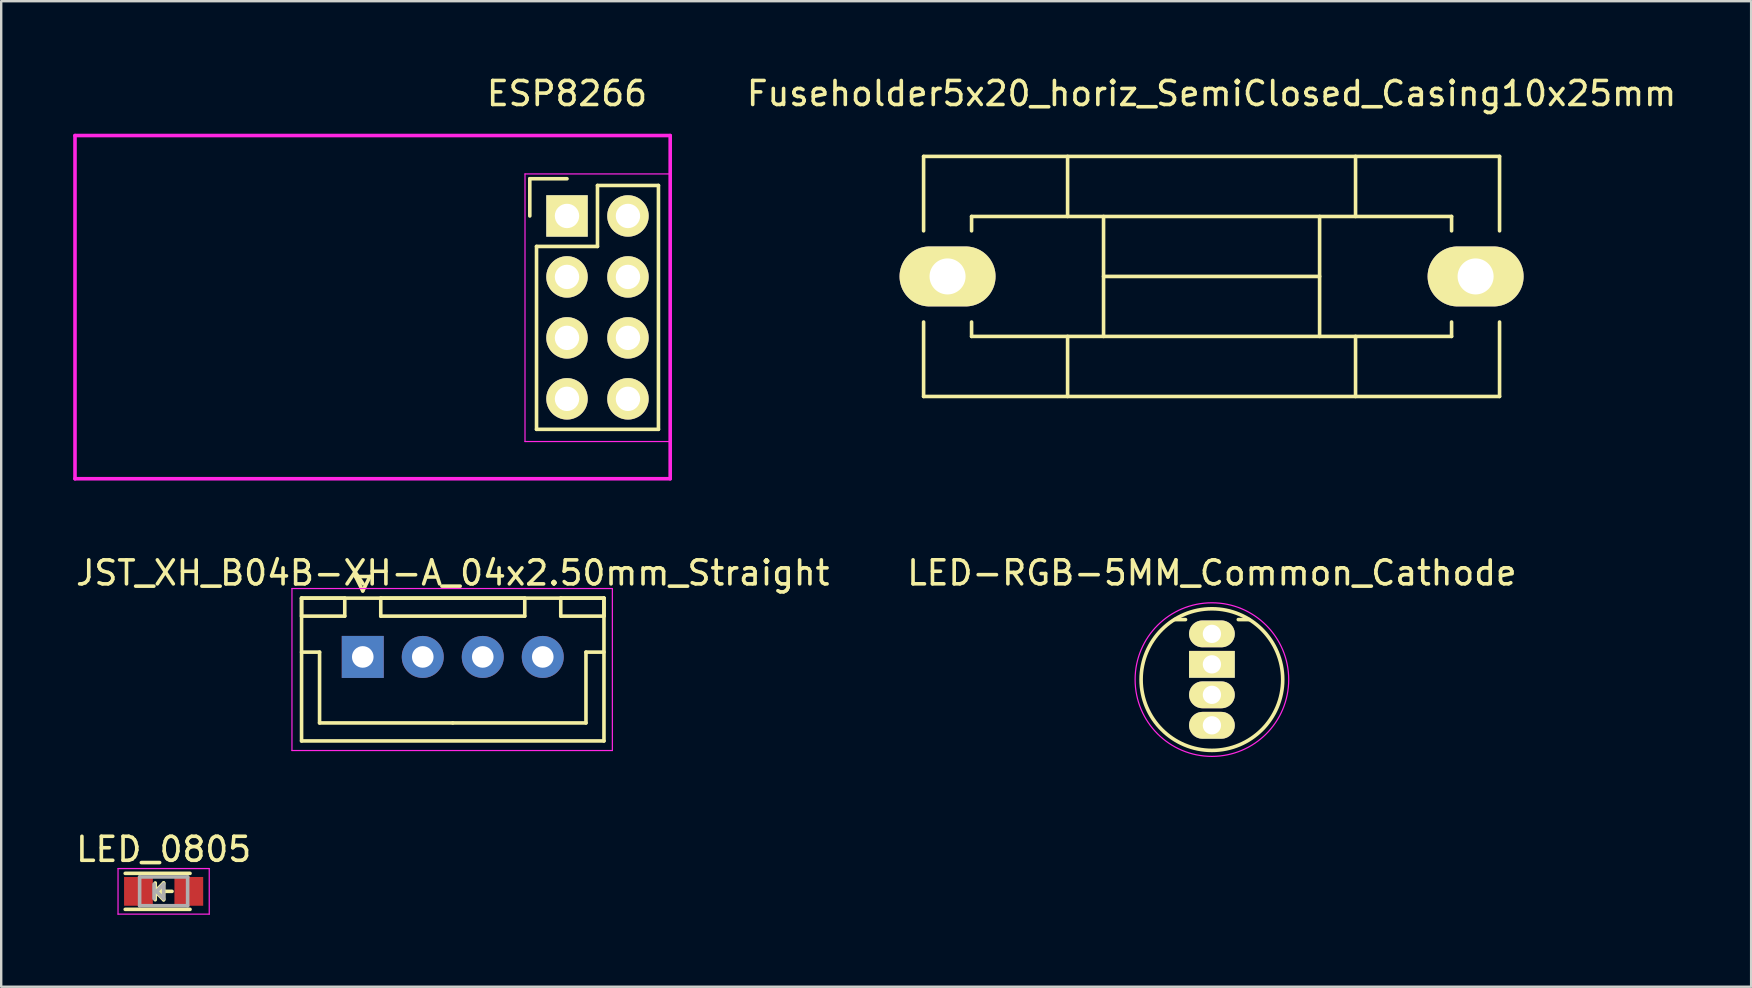
<source format=kicad_pcb>
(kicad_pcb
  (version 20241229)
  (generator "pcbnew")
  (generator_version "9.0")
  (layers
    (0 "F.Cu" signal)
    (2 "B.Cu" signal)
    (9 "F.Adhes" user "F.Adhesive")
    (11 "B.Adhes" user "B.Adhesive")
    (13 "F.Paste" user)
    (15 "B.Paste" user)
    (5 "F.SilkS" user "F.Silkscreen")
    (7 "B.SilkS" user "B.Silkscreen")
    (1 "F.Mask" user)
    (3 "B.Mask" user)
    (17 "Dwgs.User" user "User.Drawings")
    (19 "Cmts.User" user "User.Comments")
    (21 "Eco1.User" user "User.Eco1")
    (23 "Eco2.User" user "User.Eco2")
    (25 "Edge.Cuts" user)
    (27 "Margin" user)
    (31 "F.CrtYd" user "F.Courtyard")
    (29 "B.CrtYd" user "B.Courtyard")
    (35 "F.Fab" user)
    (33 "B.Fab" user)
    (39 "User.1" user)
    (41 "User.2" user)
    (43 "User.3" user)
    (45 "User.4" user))
  (footprint "Fuseholder5x20_horiz_SemiClosed_Casing10x25mm"
    (layer "F.Cu")
    (at 47.432 8.468)
    (property "Reference" "Fuseholder5x20_horiz_SemiClosed_Casing10x25mm" (at 0 -7.62 0) (layer "F.SilkS") (effects (font (size 1 1) (thickness 0.15))))
    (attr through_hole)
    (fp_line (start -11.999 -5.001) (end -11.999 -1.9) (stroke (width 0.15) (type solid)) (layer "F.SilkS"))
    (fp_line (start -11.999 1.9) (end -11.999 5.001) (stroke (width 0.15) (type solid)) (layer "F.SilkS"))
    (fp_line (start -11.999 5.001) (end 11.999 5.001) (stroke (width 0.15) (type solid)) (layer "F.SilkS"))
    (fp_line (start -10 -2.499) (end -10 -1.9) (stroke (width 0.15) (type solid)) (layer "F.SilkS"))
    (fp_line (start -10 1.9) (end -10 2.499) (stroke (width 0.15) (type solid)) (layer "F.SilkS"))
    (fp_line (start -10 2.499) (end 10 2.499) (stroke (width 0.15) (type solid)) (layer "F.SilkS"))
    (fp_line (start -5.999 -2.499) (end -5.999 -5.001) (stroke (width 0.15) (type solid)) (layer "F.SilkS"))
    (fp_line (start -5.999 5.001) (end -5.999 2.499) (stroke (width 0.15) (type solid)) (layer "F.SilkS"))
    (fp_line (start -4.501 -2.499) (end -4.501 2.499) (stroke (width 0.15) (type solid)) (layer "F.SilkS"))
    (fp_line (start -4.501 0) (end 4.501 0) (stroke (width 0.15) (type solid)) (layer "F.SilkS"))
    (fp_line (start 4.501 -2.499) (end 4.501 2.499) (stroke (width 0.15) (type solid)) (layer "F.SilkS"))
    (fp_line (start 5.999 -5.001) (end 5.999 -2.499) (stroke (width 0.15) (type solid)) (layer "F.SilkS"))
    (fp_line (start 5.999 5.001) (end 5.999 2.499) (stroke (width 0.15) (type solid)) (layer "F.SilkS"))
    (fp_line (start 10 -2.499) (end -10 -2.499) (stroke (width 0.15) (type solid)) (layer "F.SilkS"))
    (fp_line (start 10 -1.9) (end 10 -2.499) (stroke (width 0.15) (type solid)) (layer "F.SilkS"))
    (fp_line (start 10 2.499) (end 10 1.9) (stroke (width 0.15) (type solid)) (layer "F.SilkS"))
    (fp_line (start 11.999 -5.001) (end -11.999 -5.001) (stroke (width 0.15) (type solid)) (layer "F.SilkS"))
    (fp_line (start 11.999 -1.9) (end 11.999 -5.001) (stroke (width 0.15) (type solid)) (layer "F.SilkS"))
    (fp_line (start 11.999 5.001) (end 11.999 1.9) (stroke (width 0.15) (type solid)) (layer "F.SilkS"))
    (pad "1" thru_hole oval (at -11.001 0 270) (size 2.499 4) (drill 1.501) (layers "*.Cu" "*.Mask" "F.SilkS"))
    (pad "2" thru_hole oval (at 11.001 0 270) (size 2.499 4) (drill 1.501) (layers "*.Cu" "*.Mask" "F.SilkS")))
  (footprint "LED-RGB-5MM_Common_Cathode"
    (layer "F.Cu")
    (at 47.446 23.361)
    (property "Reference" "LED-RGB-5MM_Common_Cathode" (at 0 -2.54 180) (layer "F.SilkS") (effects (font (size 1 1) (thickness 0.15))))
    (attr through_hole)
    (fp_line (start -1.1 -0.595) (end -1.55 -0.595) (stroke (width 0.15) (type solid)) (layer "F.SilkS"))
    (fp_line (start 1.1 -0.595) (end 1.55 -0.595) (stroke (width 0.15) (type solid)) (layer "F.SilkS"))
    (fp_circle (center 0 1.905) (end 2.95 1.905) (stroke (width 0.15) (type solid)) (fill no) (layer "F.SilkS"))
    (fp_circle (center 0 1.905) (end 3.2 1.905) (stroke (width 0.05) (type solid)) (fill no) (layer "F.CrtYd"))
    (pad "1" thru_hole oval (at 0 0) (size 1.905 1.118) (drill 0.762) (layers "*.Cu" "*.Mask" "F.SilkS"))
    (pad "2" thru_hole rect (at 0 1.27) (size 1.905 1.118) (drill 0.762) (layers "*.Cu" "*.Mask" "F.SilkS"))
    (pad "3" thru_hole oval (at 0 2.54) (size 1.905 1.118) (drill 0.762) (layers "*.Cu" "*.Mask" "F.SilkS"))
    (pad "4" thru_hole oval (at 0 3.81) (size 1.905 1.118) (drill 0.762) (layers "*.Cu" "*.Mask" "F.SilkS")))
  (footprint "LED_0805"
    (layer "F.Cu")
    (at 3.768 34.09)
    (property "Reference" "LED_0805" (at 0 -1.75 0) (layer "F.SilkS") (effects (font (size 1 1) (thickness 0.15))))
    (attr smd)
    (fp_line (start -1.6 -0.75) (end 1.1 -0.75) (stroke (width 0.15) (type solid)) (layer "F.SilkS"))
    (fp_line (start -1.6 0.75) (end 1.1 0.75) (stroke (width 0.15) (type solid)) (layer "F.SilkS"))
    (fp_line (start -0.35 -0.35) (end -0.35 0.35) (stroke (width 0.15) (type solid)) (layer "F.SilkS"))
    (fp_line (start -0.35 0) (end 0 -0.35) (stroke (width 0.15) (type solid)) (layer "F.SilkS"))
    (fp_line (start -0.1 -0.1) (end -0.25 0.05) (stroke (width 0.15) (type solid)) (layer "F.SilkS"))
    (fp_line (start -0.1 0.15) (end -0.1 -0.1) (stroke (width 0.15) (type solid)) (layer "F.SilkS"))
    (fp_line (start 0 -0.35) (end 0 0.35) (stroke (width 0.15) (type solid)) (layer "F.SilkS"))
    (fp_line (start 0 0) (end 0.35 0) (stroke (width 0.15) (type solid)) (layer "F.SilkS"))
    (fp_line (start 0 0.35) (end -0.35 0) (stroke (width 0.15) (type solid)) (layer "F.SilkS"))
    (fp_line (start -1.9 -0.95) (end 1.9 -0.95) (stroke (width 0.05) (type solid)) (layer "F.CrtYd"))
    (fp_line (start -1.9 0.95) (end -1.9 -0.95) (stroke (width 0.05) (type solid)) (layer "F.CrtYd"))
    (fp_line (start 1.9 -0.95) (end 1.9 0.95) (stroke (width 0.05) (type solid)) (layer "F.CrtYd"))
    (fp_line (start 1.9 0.95) (end -1.9 0.95) (stroke (width 0.05) (type solid)) (layer "F.CrtYd"))
    (fp_line (start -1 -0.6) (end -1 0.6) (stroke (width 0.15) (type solid)) (layer "F.Fab"))
    (fp_line (start -1 0.6) (end 1 0.6) (stroke (width 0.15) (type solid)) (layer "F.Fab"))
    (fp_line (start -0.4 -0.3) (end -0.4 0.3) (stroke (width 0.15) (type solid)) (layer "F.Fab"))
    (fp_line (start -0.3 0) (end 0 -0.3) (stroke (width 0.15) (type solid)) (layer "F.Fab"))
    (fp_line (start 0 -0.3) (end 0 0.3) (stroke (width 0.15) (type solid)) (layer "F.Fab"))
    (fp_line (start 0 0.3) (end -0.3 0) (stroke (width 0.15) (type solid)) (layer "F.Fab"))
    (fp_line (start 1 -0.6) (end -1 -0.6) (stroke (width 0.15) (type solid)) (layer "F.Fab"))
    (fp_line (start 1 0.6) (end 1 -0.6) (stroke (width 0.15) (type solid)) (layer "F.Fab"))
    (pad "1" smd rect (at -1.049 0 180) (size 1.199 1.199) (layers "F.Cu" "F.Mask" "F.Paste"))
    (pad "2" smd rect (at 1.049 0 180) (size 1.199 1.199) (layers "F.Cu" "F.Mask" "F.Paste")))
  (footprint "ESP8266"
    (placed yes)
    (layer "F.Cu")
    (at 21.855 9.748)
    (property "Reference" "ESP8266" (at -1.28 -8.9 0) (layer "F.SilkS") (effects (font (size 1 1) (thickness 0.15))))
    (attr through_hole)
    (fp_line (start -2.83 -5.35) (end -2.83 -3.8) (stroke (width 0.15) (type solid)) (layer "F.SilkS"))
    (fp_line (start -2.55 -2.53) (end -2.55 5.09) (stroke (width 0.15) (type solid)) (layer "F.SilkS"))
    (fp_line (start -2.55 5.09) (end 2.53 5.09) (stroke (width 0.15) (type solid)) (layer "F.SilkS"))
    (fp_line (start -1.28 -5.35) (end -2.83 -5.35) (stroke (width 0.15) (type solid)) (layer "F.SilkS"))
    (fp_line (start -0.01 -5.07) (end -0.01 -2.53) (stroke (width 0.15) (type solid)) (layer "F.SilkS"))
    (fp_line (start -0.01 -2.53) (end -2.55 -2.53) (stroke (width 0.15) (type solid)) (layer "F.SilkS"))
    (fp_line (start 2.53 -5.07) (end -0.01 -5.07) (stroke (width 0.15) (type solid)) (layer "F.SilkS"))
    (fp_line (start 2.53 5.09) (end 2.53 -5.07) (stroke (width 0.15) (type solid)) (layer "F.SilkS"))
    (fp_line (start -21.78 7.15) (end -21.78 -7.15) (stroke (width 0.15) (type solid)) (layer "F.CrtYd"))
    (fp_line (start -3.03 -5.55) (end -3.03 5.6) (stroke (width 0.05) (type solid)) (layer "F.CrtYd"))
    (fp_line (start -3.03 -5.55) (end 3.02 -5.55) (stroke (width 0.05) (type solid)) (layer "F.CrtYd"))
    (fp_line (start -3.03 5.6) (end 3.02 5.6) (stroke (width 0.05) (type solid)) (layer "F.CrtYd"))
    (fp_line (start 3.02 -7.15) (end -21.78 -7.15) (stroke (width 0.15) (type solid)) (layer "F.CrtYd"))
    (fp_line (start 3.02 -5.55) (end 3.02 5.6) (stroke (width 0.05) (type solid)) (layer "F.CrtYd"))
    (fp_line (start 3.02 7.15) (end -21.78 7.15) (stroke (width 0.15) (type solid)) (layer "F.CrtYd"))
    (fp_line (start 3.02 7.15) (end 3.02 -7.15) (stroke (width 0.15) (type solid)) (layer "F.CrtYd"))
    (pad "1" thru_hole rect (at -1.28 -3.8) (size 1.727 1.727) (drill 1.016) (layers "*.Cu" "*.Mask" "F.SilkS"))
    (pad "2" thru_hole oval (at 1.26 -3.8) (size 1.727 1.727) (drill 1.016) (layers "*.Cu" "*.Mask" "F.SilkS"))
    (pad "3" thru_hole oval (at -1.28 -1.26) (size 1.727 1.727) (drill 1.016) (layers "*.Cu" "*.Mask" "F.SilkS"))
    (pad "4" thru_hole oval (at 1.26 -1.26) (size 1.727 1.727) (drill 1.016) (layers "*.Cu" "*.Mask" "F.SilkS"))
    (pad "5" thru_hole oval (at -1.28 1.28) (size 1.727 1.727) (drill 1.016) (layers "*.Cu" "*.Mask" "F.SilkS"))
    (pad "6" thru_hole oval (at 1.26 1.28) (size 1.727 1.727) (drill 1.016) (layers "*.Cu" "*.Mask" "F.SilkS"))
    (pad "7" thru_hole oval (at -1.28 3.82) (size 1.727 1.727) (drill 1.016) (layers "*.Cu" "*.Mask" "F.SilkS"))
    (pad "8" thru_hole oval (at 1.26 3.82) (size 1.727 1.727) (drill 1.016) (layers "*.Cu" "*.Mask" "F.SilkS")))
  (footprint "JST_XH_B04B-XH-A_04x2.50mm_Straight"
    (layer "F.Cu")
    (at 12.065 24.322)
    (property "Reference" "JST_XH_B04B-XH-A_04x2.50mm_Straight" (at 3.75 -3.5 0) (layer "F.SilkS") (effects (font (size 1 1) (thickness 0.15))))
    (attr through_hole)
    (fp_line (start -2.55 -2.45) (end -2.55 -1.7) (stroke (width 0.15) (type solid)) (layer "F.SilkS"))
    (fp_line (start -2.55 -2.45) (end -2.55 3.5) (stroke (width 0.15) (type solid)) (layer "F.SilkS"))
    (fp_line (start -2.55 -1.7) (end -0.75 -1.7) (stroke (width 0.15) (type solid)) (layer "F.SilkS"))
    (fp_line (start -2.55 -0.2) (end -1.8 -0.2) (stroke (width 0.15) (type solid)) (layer "F.SilkS"))
    (fp_line (start -2.55 3.5) (end 10.05 3.5) (stroke (width 0.15) (type solid)) (layer "F.SilkS"))
    (fp_line (start -1.8 -0.2) (end -1.8 2.75) (stroke (width 0.15) (type solid)) (layer "F.SilkS"))
    (fp_line (start -1.8 2.75) (end 3.75 2.75) (stroke (width 0.15) (type solid)) (layer "F.SilkS"))
    (fp_line (start -0.75 -2.45) (end -2.55 -2.45) (stroke (width 0.15) (type solid)) (layer "F.SilkS"))
    (fp_line (start -0.75 -1.7) (end -0.75 -2.45) (stroke (width 0.15) (type solid)) (layer "F.SilkS"))
    (fp_line (start -0.3 -3.35) (end 0.3 -3.35) (stroke (width 0.15) (type solid)) (layer "F.SilkS"))
    (fp_line (start 0 -2.75) (end -0.3 -3.35) (stroke (width 0.15) (type solid)) (layer "F.SilkS"))
    (fp_line (start 0.3 -3.35) (end 0 -2.75) (stroke (width 0.15) (type solid)) (layer "F.SilkS"))
    (fp_line (start 0.75 -2.45) (end 0.75 -1.7) (stroke (width 0.15) (type solid)) (layer "F.SilkS"))
    (fp_line (start 0.75 -1.7) (end 6.75 -1.7) (stroke (width 0.15) (type solid)) (layer "F.SilkS"))
    (fp_line (start 6.75 -2.45) (end 0.75 -2.45) (stroke (width 0.15) (type solid)) (layer "F.SilkS"))
    (fp_line (start 6.75 -1.7) (end 6.75 -2.45) (stroke (width 0.15) (type solid)) (layer "F.SilkS"))
    (fp_line (start 8.25 -2.45) (end 8.25 -1.7) (stroke (width 0.15) (type solid)) (layer "F.SilkS"))
    (fp_line (start 8.25 -1.7) (end 10.05 -1.7) (stroke (width 0.15) (type solid)) (layer "F.SilkS"))
    (fp_line (start 9.3 -0.2) (end 9.3 2.75) (stroke (width 0.15) (type solid)) (layer "F.SilkS"))
    (fp_line (start 9.3 2.75) (end 3.75 2.75) (stroke (width 0.15) (type solid)) (layer "F.SilkS"))
    (fp_line (start 10.05 -2.45) (end -2.55 -2.45) (stroke (width 0.15) (type solid)) (layer "F.SilkS"))
    (fp_line (start 10.05 -2.45) (end 8.25 -2.45) (stroke (width 0.15) (type solid)) (layer "F.SilkS"))
    (fp_line (start 10.05 -1.7) (end 10.05 -2.45) (stroke (width 0.15) (type solid)) (layer "F.SilkS"))
    (fp_line (start 10.05 -0.2) (end 9.3 -0.2) (stroke (width 0.15) (type solid)) (layer "F.SilkS"))
    (fp_line (start 10.05 3.5) (end 10.05 -2.45) (stroke (width 0.15) (type solid)) (layer "F.SilkS"))
    (fp_line (start -2.95 -2.85) (end -2.95 3.9) (stroke (width 0.05) (type solid)) (layer "F.CrtYd"))
    (fp_line (start -2.95 3.9) (end 10.4 3.9) (stroke (width 0.05) (type solid)) (layer "F.CrtYd"))
    (fp_line (start 10.4 -2.85) (end -2.95 -2.85) (stroke (width 0.05) (type solid)) (layer "F.CrtYd"))
    (fp_line (start 10.4 3.9) (end 10.4 -2.85) (stroke (width 0.05) (type solid)) (layer "F.CrtYd"))
    (pad "1" thru_hole rect (at 0 0) (size 1.75 1.75) (drill 0.9) (layers "*.Cu" "*.Mask"))
    (pad "2" thru_hole circle (at 2.5 0) (size 1.75 1.75) (drill 0.9) (layers "*.Cu" "*.Mask"))
    (pad "3" thru_hole circle (at 5 0) (size 1.75 1.75) (drill 0.9) (layers "*.Cu" "*.Mask"))
    (pad "4" thru_hole circle (at 7.5 0) (size 1.75 1.75) (drill 0.9) (layers "*.Cu" "*.Mask")))
  (gr_rect
    (start -3 -3)
    (end 69.914 38.065)
    (stroke (width 0.1) (type default))
    (fill no)
    (layer "Edge.Cuts")))
</source>
